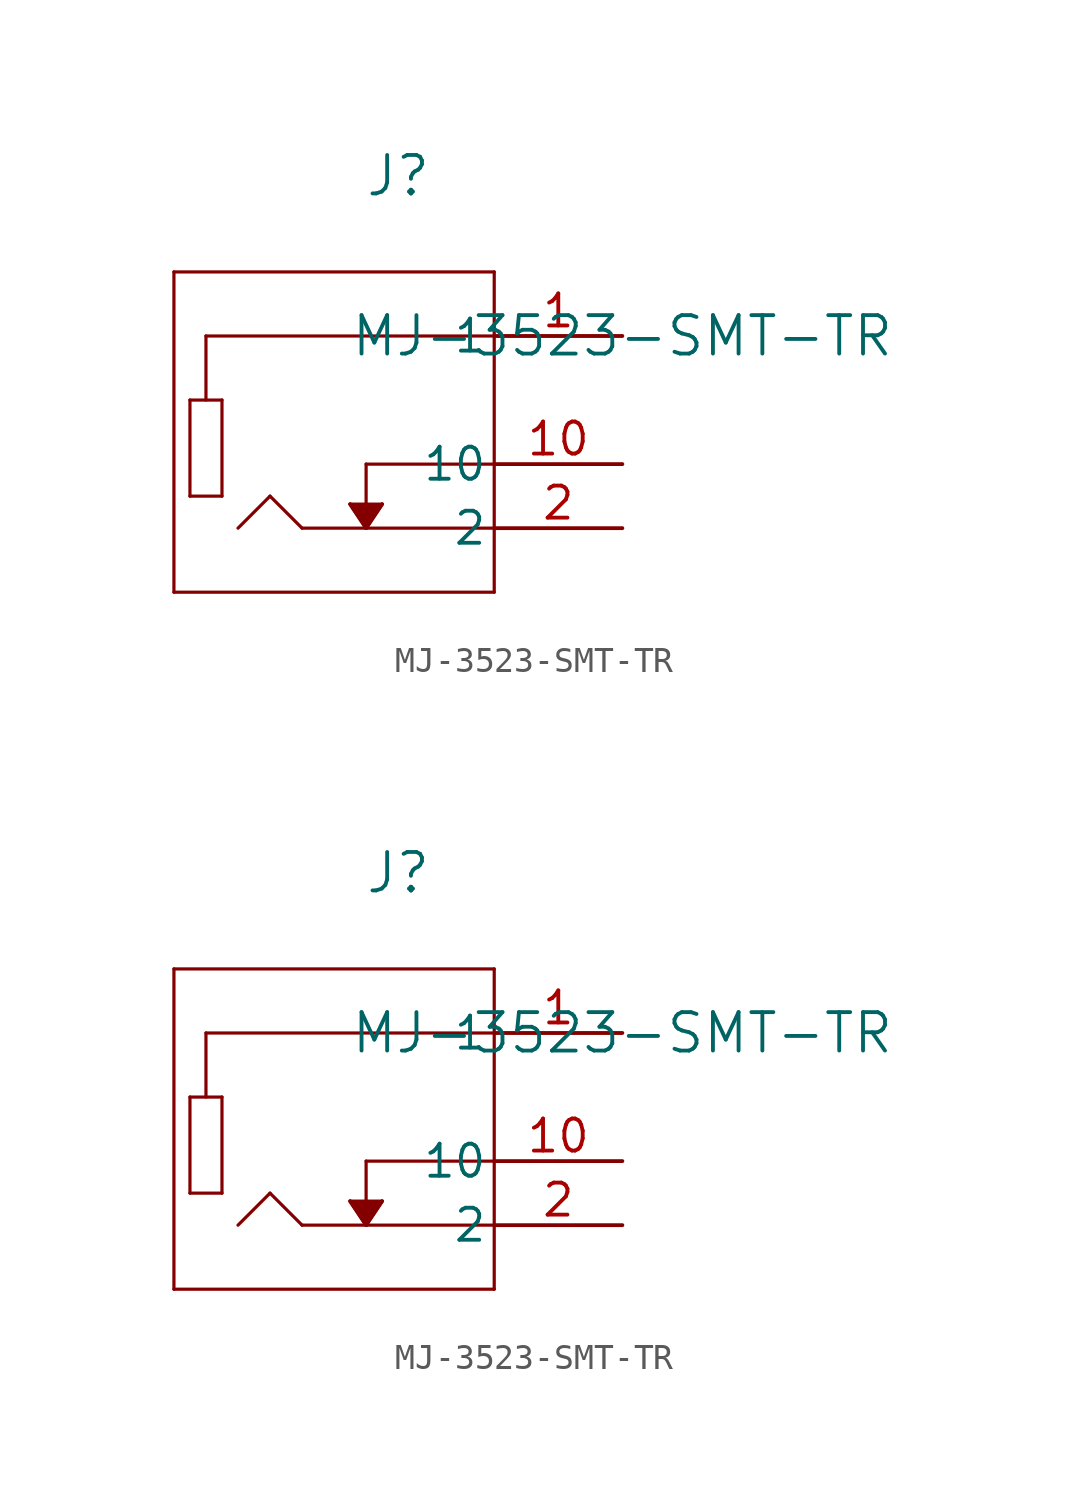
<source format=kicad_sym>
(kicad_symbol_lib
  (version 20211014)
  (generator kicad_symbol_editor)
  (symbol "MJ-3523-SMT-TR"
    (pin_names
      (offset 0.254))
    (property "Reference" "J"
      (at -8.89 6.35 0)
      (effects (font (size 1.524 1.524))))
    (property "Value" "MJ-3523-SMT-TR"
      (at 0 0 0)
      (effects (font (size 1.524 1.524))))
    (symbol "MJ-3523-SMT-TR_1_1"
      (polyline (pts (xy -16.51 0) (xy -5.08 0)) (stroke (width 0.127) (type default) (color 0 0 0 0)) (fill (type none)))
      (polyline (pts (xy -10.16 -5.08) (xy -5.08 -5.08)) (stroke (width 0.127) (type default) (color 0 0 0 0)) (fill (type none)))
      (polyline (pts (xy -12.7 -7.62) (xy -5.08 -7.62)) (stroke (width 0.127) (type default) (color 0 0 0 0)) (fill (type none)))
      (polyline (pts (xy -16.51 -2.54) (xy -16.51 0)) (stroke (width 0.127) (type default) (color 0 0 0 0)) (fill (type none)))
      (polyline (pts (xy -17.145 -2.54) (xy -15.875 -2.54)) (stroke (width 0.127) (type default) (color 0 0 0 0)) (fill (type none)))
      (polyline (pts (xy -15.875 -2.54) (xy -15.875 -6.35)) (stroke (width 0.127) (type default) (color 0 0 0 0)) (fill (type none)))
      (polyline (pts (xy -17.145 -2.54) (xy -17.145 -6.35)) (stroke (width 0.127) (type default) (color 0 0 0 0)) (fill (type none)))
      (polyline (pts (xy -17.145 -6.35) (xy -15.875 -6.35)) (stroke (width 0.127) (type default) (color 0 0 0 0)) (fill (type none)))
      (polyline (pts (xy -12.7 -7.62) (xy -13.97 -6.35)) (stroke (width 0.127) (type default) (color 0 0 0 0)) (fill (type none)))
      (polyline (pts (xy -17.78 2.54) (xy -17.78 -10.16)) (stroke (width 0.127) (type default) (color 0 0 0 0)) (fill (type none)))
      (polyline (pts (xy -17.78 -10.16) (xy -5.08 -10.16)) (stroke (width 0.127) (type default) (color 0 0 0 0)) (fill (type none)))
      (polyline (pts (xy -5.08 -10.16) (xy -5.08 2.54)) (stroke (width 0.127) (type default) (color 0 0 0 0)) (fill (type none)))
      (polyline (pts (xy -5.08 2.54) (xy -17.78 2.54)) (stroke (width 0.127) (type default) (color 0 0 0 0)) (fill (type none)))
      (polyline (pts (xy -13.97 -6.35) (xy -15.24 -7.62)) (stroke (width 0.127) (type default) (color 0 0 0 0)) (fill (type none)))
      (polyline (pts (xy -10.16 -5.08) (xy -10.16 -7.62)) (stroke (width 0.127) (type default) (color 0 0 0 0)) (fill (type none)))
      (polyline (pts (xy -10.16 -7.62) (xy -10.795 -6.668)) (stroke (width 0.127) (type default) (color 0 0 0 0)) (fill (type none)))
      (polyline (pts (xy -10.16 -7.62) (xy -9.525 -6.668)) (stroke (width 0.127) (type default) (color 0 0 0 0)) (fill (type none)))
      (polyline (pts (xy -10.795 -6.668) (xy -9.525 -6.668)) (stroke (width 0.127) (type default) (color 0 0 0 0)) (fill (type none)))
      (polyline (pts (xy -10.795 -6.668) (xy -10.16 -7.62) (xy -9.525 -6.668)) (stroke (width 0) (type default) (color 0 0 0 0)) (fill (type outline)))
      (pin unspecified line (at 0 0 180) (length 5.08) (name "1" (effects (font (size 1.27 1.27)))) (number "1" (effects (font (size 1.27 1.27)))))
      (pin unspecified line (at 0 -7.62 180) (length 5.08) (name "2" (effects (font (size 1.27 1.27)))) (number "2" (effects (font (size 1.27 1.27)))))
      (pin unspecified line (at 0 -5.08 180) (length 5.08) (name "10" (effects (font (size 1.27 1.27)))) (number "10" (effects (font (size 1.27 1.27))))))
    (symbol "MJ-3523-SMT-TR_1_2"
      (polyline (pts (xy -16.51 0) (xy -5.08 0)) (stroke (width 0.127) (type default) (color 0 0 0 0)) (fill (type none)))
      (polyline (pts (xy -10.16 -5.08) (xy -5.08 -5.08)) (stroke (width 0.127) (type default) (color 0 0 0 0)) (fill (type none)))
      (polyline (pts (xy -12.7 -7.62) (xy -5.08 -7.62)) (stroke (width 0.127) (type default) (color 0 0 0 0)) (fill (type none)))
      (polyline (pts (xy -16.51 -2.54) (xy -16.51 0)) (stroke (width 0.127) (type default) (color 0 0 0 0)) (fill (type none)))
      (polyline (pts (xy -17.145 -2.54) (xy -15.875 -2.54)) (stroke (width 0.127) (type default) (color 0 0 0 0)) (fill (type none)))
      (polyline (pts (xy -15.875 -2.54) (xy -15.875 -6.35)) (stroke (width 0.127) (type default) (color 0 0 0 0)) (fill (type none)))
      (polyline (pts (xy -17.145 -2.54) (xy -17.145 -6.35)) (stroke (width 0.127) (type default) (color 0 0 0 0)) (fill (type none)))
      (polyline (pts (xy -17.145 -6.35) (xy -15.875 -6.35)) (stroke (width 0.127) (type default) (color 0 0 0 0)) (fill (type none)))
      (polyline (pts (xy -12.7 -7.62) (xy -13.97 -6.35)) (stroke (width 0.127) (type default) (color 0 0 0 0)) (fill (type none)))
      (polyline (pts (xy -17.78 2.54) (xy -17.78 -10.16)) (stroke (width 0.127) (type default) (color 0 0 0 0)) (fill (type none)))
      (polyline (pts (xy -17.78 -10.16) (xy -5.08 -10.16)) (stroke (width 0.127) (type default) (color 0 0 0 0)) (fill (type none)))
      (polyline (pts (xy -5.08 -10.16) (xy -5.08 2.54)) (stroke (width 0.127) (type default) (color 0 0 0 0)) (fill (type none)))
      (polyline (pts (xy -5.08 2.54) (xy -17.78 2.54)) (stroke (width 0.127) (type default) (color 0 0 0 0)) (fill (type none)))
      (polyline (pts (xy -13.97 -6.35) (xy -15.24 -7.62)) (stroke (width 0.127) (type default) (color 0 0 0 0)) (fill (type none)))
      (polyline (pts (xy -10.16 -5.08) (xy -10.16 -7.62)) (stroke (width 0.127) (type default) (color 0 0 0 0)) (fill (type none)))
      (polyline (pts (xy -10.16 -7.62) (xy -10.795 -6.668)) (stroke (width 0.127) (type default) (color 0 0 0 0)) (fill (type none)))
      (polyline (pts (xy -10.16 -7.62) (xy -9.525 -6.668)) (stroke (width 0.127) (type default) (color 0 0 0 0)) (fill (type none)))
      (polyline (pts (xy -10.795 -6.668) (xy -9.525 -6.668)) (stroke (width 0.127) (type default) (color 0 0 0 0)) (fill (type none)))
      (polyline (pts (xy -10.795 -6.668) (xy -10.16 -7.62) (xy -9.525 -6.668)) (stroke (width 0) (type default) (color 0 0 0 0)) (fill (type outline)))
      (pin unspecified line (at 0 0 180) (length 5.08) (name "1" (effects (font (size 1.27 1.27)))) (number "1" (effects (font (size 1.27 1.27)))))
      (pin unspecified line (at 0 -7.62 180) (length 5.08) (name "2" (effects (font (size 1.27 1.27)))) (number "2" (effects (font (size 1.27 1.27)))))
      (pin unspecified line (at 0 -5.08 180) (length 5.08) (name "10" (effects (font (size 1.27 1.27)))) (number "10" (effects (font (size 1.27 1.27))))))))
</source>
